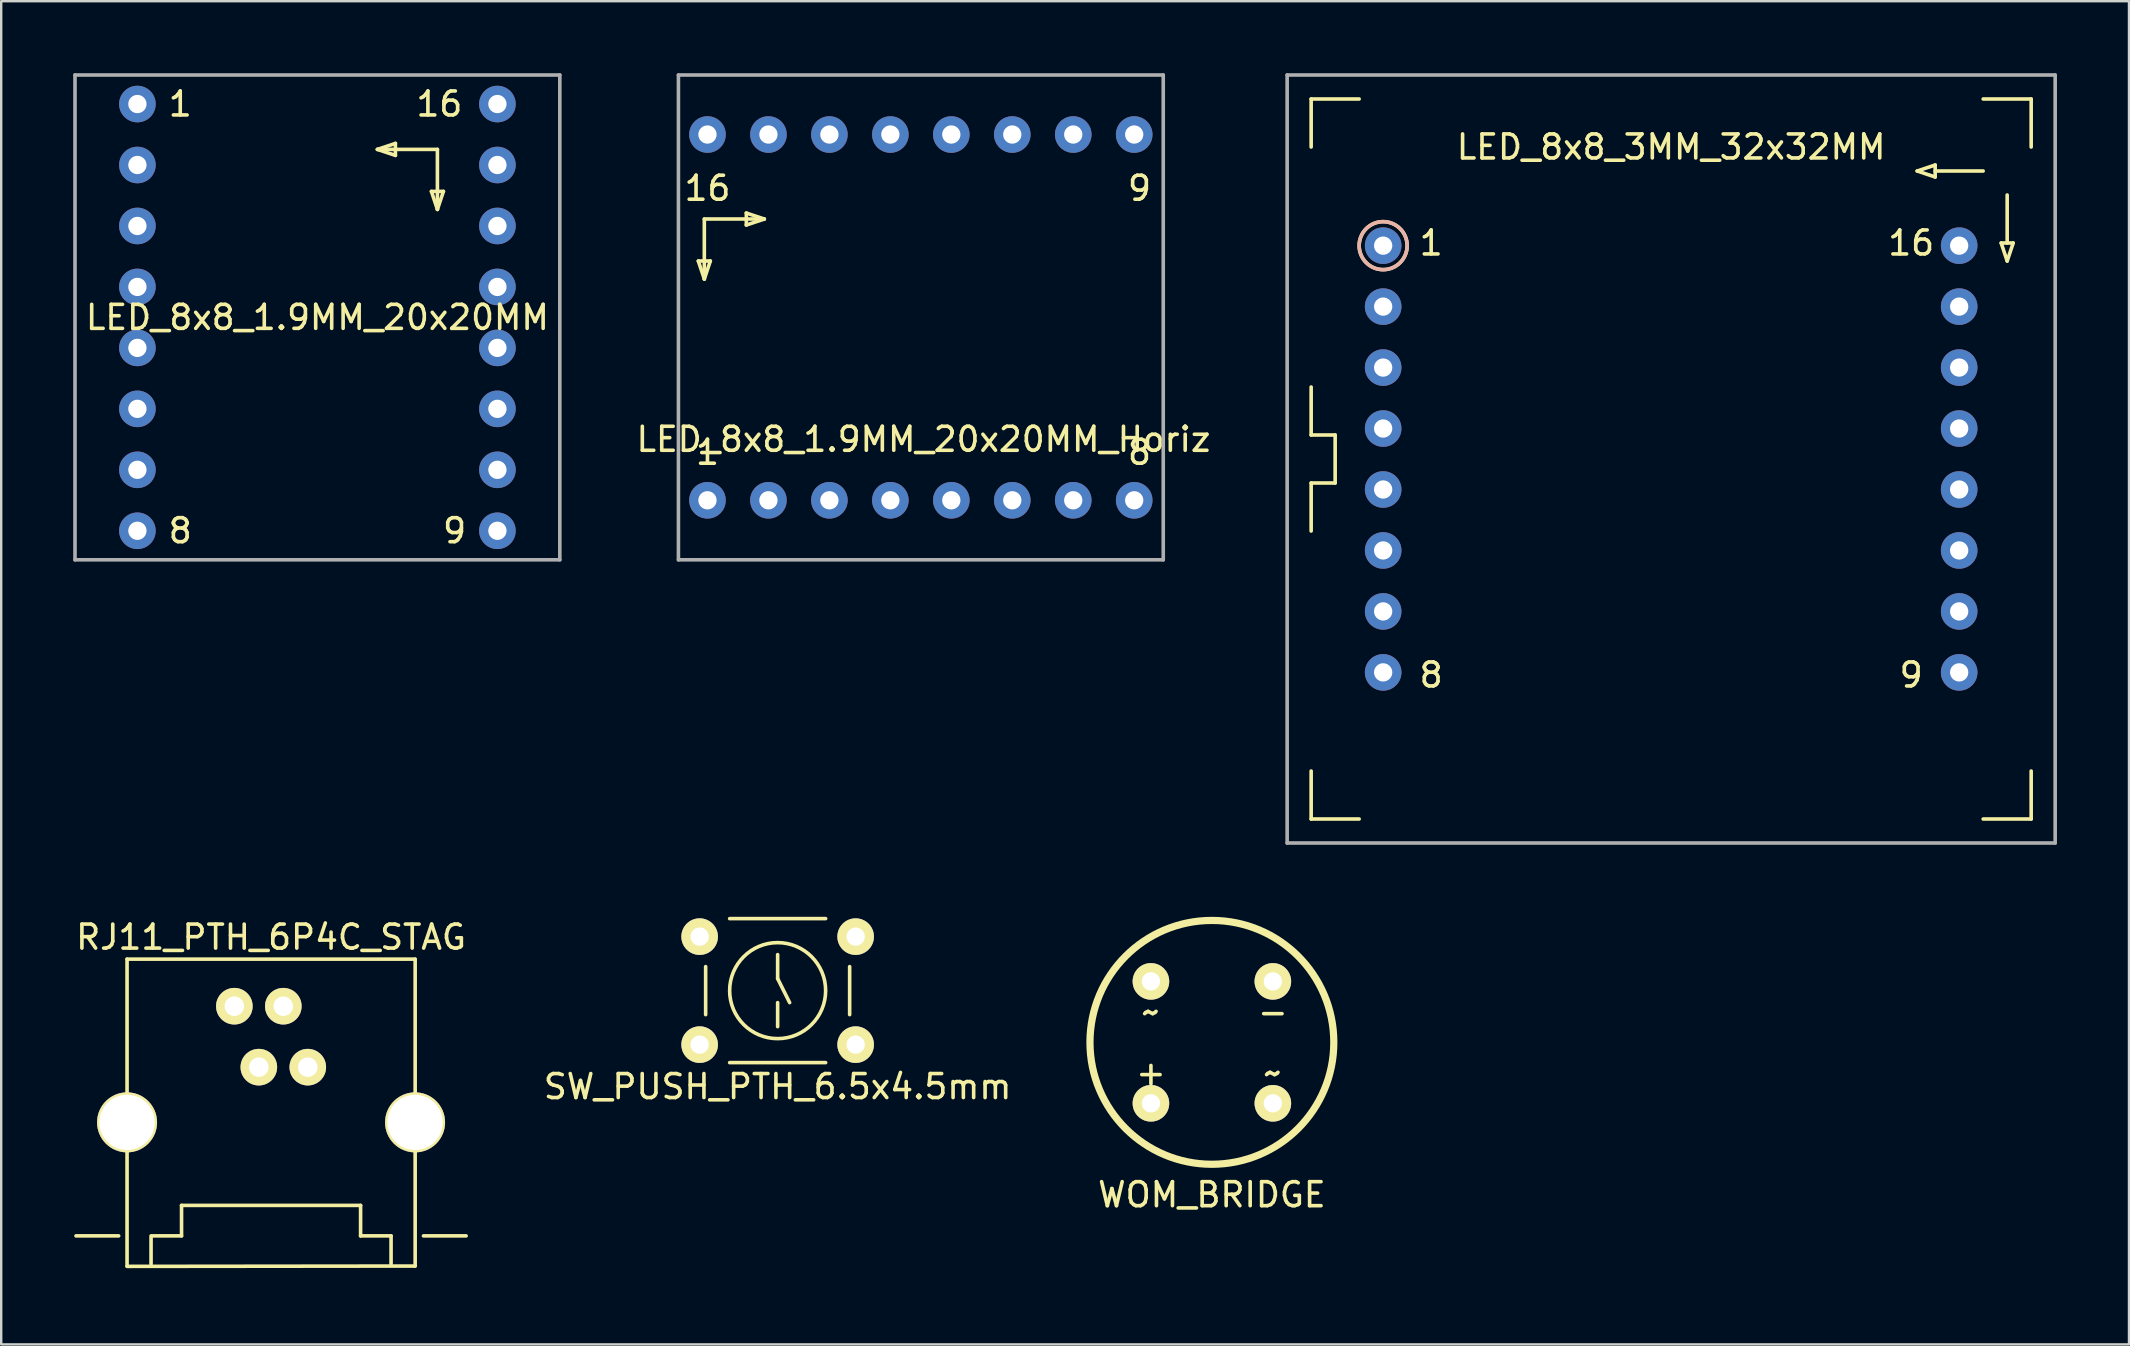
<source format=kicad_pcb>
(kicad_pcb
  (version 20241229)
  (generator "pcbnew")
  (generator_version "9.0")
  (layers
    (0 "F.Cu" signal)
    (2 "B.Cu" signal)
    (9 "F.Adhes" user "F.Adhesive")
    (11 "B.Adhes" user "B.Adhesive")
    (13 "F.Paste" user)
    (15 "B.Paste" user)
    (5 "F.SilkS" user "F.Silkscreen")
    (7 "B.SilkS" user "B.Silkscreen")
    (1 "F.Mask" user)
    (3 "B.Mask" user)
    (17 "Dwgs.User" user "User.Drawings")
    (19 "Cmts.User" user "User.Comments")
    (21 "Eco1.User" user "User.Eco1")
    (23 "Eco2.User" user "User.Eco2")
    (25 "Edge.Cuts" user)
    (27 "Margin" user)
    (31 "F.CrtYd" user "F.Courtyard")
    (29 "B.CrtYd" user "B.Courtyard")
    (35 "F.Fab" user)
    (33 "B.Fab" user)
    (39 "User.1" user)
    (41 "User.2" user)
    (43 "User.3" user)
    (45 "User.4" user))
  (footprint "LED_8x8_1.9MM_20x20MM_Horiz"
    (layer "F.Cu")
    (at 26.427 17.795)
    (property "Reference" "LED_8x8_1.9MM_20x20MM_Horiz" (at 9 -2.54 0) (layer "F.SilkS") (effects (font (size 1 1) (thickness 0.15))))
    (attr through_hole)
    (fp_line (start -0.381 -9.969) (end 0.119 -9.969) (stroke (width 0.15) (type solid)) (layer "F.SilkS"))
    (fp_line (start -0.131 -11.719) (end -0.131 -9.219) (stroke (width 0.15) (type solid)) (layer "F.SilkS"))
    (fp_line (start -0.131 -11.719) (end 2.369 -11.719) (stroke (width 0.15) (type solid)) (layer "F.SilkS"))
    (fp_line (start -0.131 -9.219) (end -0.381 -9.969) (stroke (width 0.15) (type solid)) (layer "F.SilkS"))
    (fp_line (start 0.119 -9.969) (end -0.131 -9.219) (stroke (width 0.15) (type solid)) (layer "F.SilkS"))
    (fp_line (start 1.619 -11.969) (end 1.619 -11.469) (stroke (width 0.15) (type solid)) (layer "F.SilkS"))
    (fp_line (start 1.619 -11.469) (end 2.369 -11.719) (stroke (width 0.15) (type solid)) (layer "F.SilkS"))
    (fp_line (start 2.369 -11.719) (end 1.619 -11.969) (stroke (width 0.15) (type solid)) (layer "F.SilkS"))
    (fp_line (start -1.21 -17.72) (end 18.99 -17.72) (stroke (width 0.15) (type solid)) (layer "F.Fab"))
    (fp_line (start -1.21 2.48) (end -1.21 -17.72) (stroke (width 0.15) (type solid)) (layer "F.Fab"))
    (fp_line (start 18.99 -17.72) (end 18.99 2.48) (stroke (width 0.15) (type solid)) (layer "F.Fab"))
    (fp_line (start 18.99 2.48) (end -1.21 2.48) (stroke (width 0.15) (type solid)) (layer "F.Fab"))
    (fp_text user "8" (at 18 -2 0) (layer "F.SilkS") (effects (font (size 1 1) (thickness 0.15))))
    (fp_text user "1" (at 0 -2 0) (layer "F.SilkS") (effects (font (size 1 1) (thickness 0.15))))
    (fp_text user "9" (at 18 -13 0) (layer "F.SilkS") (effects (font (size 1 1) (thickness 0.15))))
    (fp_text user "16" (at 0 -13 0) (layer "F.SilkS") (effects (font (size 1 1) (thickness 0.15))))
    (pad "1" thru_hole circle (at 0 0) (size 1.524 1.524) (drill 0.762) (layers "*.Cu" "*.Mask"))
    (pad "2" thru_hole circle (at 2.54 0) (size 1.524 1.524) (drill 0.762) (layers "*.Cu" "*.Mask"))
    (pad "3" thru_hole circle (at 5.08 0) (size 1.524 1.524) (drill 0.762) (layers "*.Cu" "*.Mask"))
    (pad "4" thru_hole circle (at 7.62 0) (size 1.524 1.524) (drill 0.762) (layers "*.Cu" "*.Mask"))
    (pad "5" thru_hole circle (at 10.16 0) (size 1.524 1.524) (drill 0.762) (layers "*.Cu" "*.Mask"))
    (pad "6" thru_hole circle (at 12.7 0) (size 1.524 1.524) (drill 0.762) (layers "*.Cu" "*.Mask"))
    (pad "7" thru_hole circle (at 15.24 0) (size 1.524 1.524) (drill 0.762) (layers "*.Cu" "*.Mask"))
    (pad "8" thru_hole circle (at 17.78 0) (size 1.524 1.524) (drill 0.762) (layers "*.Cu" "*.Mask"))
    (pad "9" thru_hole circle (at 17.78 -15.24) (size 1.524 1.524) (drill 0.762) (layers "*.Cu" "*.Mask"))
    (pad "10" thru_hole circle (at 15.24 -15.24) (size 1.524 1.524) (drill 0.762) (layers "*.Cu" "*.Mask"))
    (pad "11" thru_hole circle (at 12.7 -15.24) (size 1.524 1.524) (drill 0.762) (layers "*.Cu" "*.Mask"))
    (pad "12" thru_hole circle (at 10.16 -15.24) (size 1.524 1.524) (drill 0.762) (layers "*.Cu" "*.Mask"))
    (pad "13" thru_hole circle (at 7.62 -15.24) (size 1.524 1.524) (drill 0.762) (layers "*.Cu" "*.Mask"))
    (pad "14" thru_hole circle (at 5.08 -15.24) (size 1.524 1.524) (drill 0.762) (layers "*.Cu" "*.Mask"))
    (pad "15" thru_hole circle (at 2.54 -15.24) (size 1.524 1.524) (drill 0.762) (layers "*.Cu" "*.Mask"))
    (pad "16" thru_hole circle (at 0 -15.24) (size 1.524 1.524) (drill 0.762) (layers "*.Cu" "*.Mask")))
  (footprint "LED_8x8_1.9MM_20x20MM"
    (layer "F.Cu")
    (at 10.175 10.175)
    (property "Reference" "LED_8x8_1.9MM_20x20MM" (at 0 0 0) (layer "F.SilkS") (effects (font (size 1 1) (thickness 0.15))))
    (attr through_hole)
    (fp_line (start 2.5 -7) (end 3.25 -7.25) (stroke (width 0.15) (type solid)) (layer "F.SilkS"))
    (fp_line (start 3.25 -7.25) (end 3.25 -6.75) (stroke (width 0.15) (type solid)) (layer "F.SilkS"))
    (fp_line (start 3.25 -6.75) (end 2.5 -7) (stroke (width 0.15) (type solid)) (layer "F.SilkS"))
    (fp_line (start 4.75 -5.25) (end 5 -4.5) (stroke (width 0.15) (type solid)) (layer "F.SilkS"))
    (fp_line (start 5 -7) (end 2.5 -7) (stroke (width 0.15) (type solid)) (layer "F.SilkS"))
    (fp_line (start 5 -7) (end 5 -4.5) (stroke (width 0.15) (type solid)) (layer "F.SilkS"))
    (fp_line (start 5 -4.5) (end 5.25 -5.25) (stroke (width 0.15) (type solid)) (layer "F.SilkS"))
    (fp_line (start 5.25 -5.25) (end 4.75 -5.25) (stroke (width 0.15) (type solid)) (layer "F.SilkS"))
    (fp_line (start -10.1 -10.1) (end 10.1 -10.1) (stroke (width 0.15) (type solid)) (layer "F.Fab"))
    (fp_line (start -10.1 10.1) (end -10.1 -10.1) (stroke (width 0.15) (type solid)) (layer "F.Fab"))
    (fp_line (start 10.1 -10.1) (end 10.1 10.1) (stroke (width 0.15) (type solid)) (layer "F.Fab"))
    (fp_line (start 10.1 10.1) (end -10.1 10.1) (stroke (width 0.15) (type solid)) (layer "F.Fab"))
    (fp_text user "16" (at 5.08 -8.89 0) (layer "F.SilkS") (effects (font (size 1 1) (thickness 0.15))))
    (fp_text user "1" (at -5.715 -8.89 0) (layer "F.SilkS") (effects (font (size 1 1) (thickness 0.15))))
    (fp_text user "8" (at -5.715 8.89 0) (layer "F.SilkS") (effects (font (size 1 1) (thickness 0.15))))
    (fp_text user "9" (at 5.715 8.89 0) (layer "F.SilkS") (effects (font (size 1 1) (thickness 0.15))))
    (pad "1" thru_hole circle (at -7.5 -8.89) (size 1.524 1.524) (drill 0.762) (layers "*.Cu" "*.Mask"))
    (pad "2" thru_hole circle (at -7.5 -6.35) (size 1.524 1.524) (drill 0.762) (layers "*.Cu" "*.Mask"))
    (pad "3" thru_hole circle (at -7.5 -3.81) (size 1.524 1.524) (drill 0.762) (layers "*.Cu" "*.Mask"))
    (pad "4" thru_hole circle (at -7.5 -1.27) (size 1.524 1.524) (drill 0.762) (layers "*.Cu" "*.Mask"))
    (pad "5" thru_hole circle (at -7.5 1.27) (size 1.524 1.524) (drill 0.762) (layers "*.Cu" "*.Mask"))
    (pad "6" thru_hole circle (at -7.5 3.81) (size 1.524 1.524) (drill 0.762) (layers "*.Cu" "*.Mask"))
    (pad "7" thru_hole circle (at -7.5 6.35) (size 1.524 1.524) (drill 0.762) (layers "*.Cu" "*.Mask"))
    (pad "8" thru_hole circle (at -7.5 8.89) (size 1.524 1.524) (drill 0.762) (layers "*.Cu" "*.Mask"))
    (pad "9" thru_hole circle (at 7.5 8.89) (size 1.524 1.524) (drill 0.762) (layers "*.Cu" "*.Mask"))
    (pad "10" thru_hole circle (at 7.5 6.35) (size 1.524 1.524) (drill 0.762) (layers "*.Cu" "*.Mask"))
    (pad "11" thru_hole circle (at 7.5 3.81) (size 1.524 1.524) (drill 0.762) (layers "*.Cu" "*.Mask"))
    (pad "12" thru_hole circle (at 7.5 1.27) (size 1.524 1.524) (drill 0.762) (layers "*.Cu" "*.Mask"))
    (pad "13" thru_hole circle (at 7.5 -1.27) (size 1.524 1.524) (drill 0.762) (layers "*.Cu" "*.Mask"))
    (pad "14" thru_hole circle (at 7.5 -3.81) (size 1.524 1.524) (drill 0.762) (layers "*.Cu" "*.Mask"))
    (pad "15" thru_hole circle (at 7.5 -6.35) (size 1.524 1.524) (drill 0.762) (layers "*.Cu" "*.Mask"))
    (pad "16" thru_hole circle (at 7.5 -8.89) (size 1.524 1.524) (drill 0.762) (layers "*.Cu" "*.Mask")))
  (footprint "WOM_BRIDGE"
    (layer "F.Cu")
    (at 47.444 40.38)
    (property "Reference" "WOM_BRIDGE" (at 0 6.35 0) (layer "F.SilkS") (effects (font (size 1 1) (thickness 0.15))))
    (attr through_hole)
    (fp_circle (center 0 0) (end 5.08 0) (stroke (width 0.3) (type solid)) (fill no) (layer "F.SilkS"))
    (fp_text user "+" (at -2.54 1.27 0) (layer "F.SilkS") (effects (font (size 1 1) (thickness 0.15))))
    (fp_text user "~" (at 2.54 1.27 0) (layer "F.SilkS") (effects (font (size 1 1) (thickness 0.15))))
    (fp_text user "~" (at -2.54 -1.27 0) (layer "F.SilkS") (effects (font (size 1 1) (thickness 0.15))))
    (fp_text user "-" (at 2.54 -1.27 0) (layer "F.SilkS") (effects (font (size 1 1) (thickness 0.15))))
    (pad "1" thru_hole circle (at -2.54 2.54) (size 1.524 1.524) (drill 0.762) (layers "*.Cu" "*.Mask" "F.SilkS"))
    (pad "2" thru_hole circle (at -2.54 -2.54) (size 1.524 1.524) (drill 0.762) (layers "*.Cu" "*.Mask" "F.SilkS"))
    (pad "3" thru_hole circle (at 2.54 -2.54) (size 1.524 1.524) (drill 0.762) (layers "*.Cu" "*.Mask" "F.SilkS"))
    (pad "4" thru_hole circle (at 2.54 2.54) (size 1.524 1.524) (drill 0.762) (layers "*.Cu" "*.Mask" "F.SilkS")))
  (footprint "RJ11_PTH_6P4C_STAG"
    (layer "F.Cu")
    (at 8.244 49.714)
    (property "Reference" "RJ11_PTH_6P4C_STAG" (at 0 -13.716 0) (layer "F.SilkS") (effects (font (size 1 1) (thickness 0.15))))
    (attr through_hole)
    (fp_line (start -6.35 -1.27) (end -8.128 -1.27) (stroke (width 0.15) (type solid)) (layer "F.SilkS"))
    (fp_line (start -6 -12.8) (end -6 -0.014) (stroke (width 0.15) (type solid)) (layer "F.SilkS"))
    (fp_line (start -6 -12.8) (end 6 -12.8) (stroke (width 0.15) (type solid)) (layer "F.SilkS"))
    (fp_line (start -6 0) (end 6 -0.014) (stroke (width 0.15) (type solid)) (layer "F.SilkS"))
    (fp_line (start -5 -1.27) (end -3.73 -1.27) (stroke (width 0.15) (type solid)) (layer "F.SilkS"))
    (fp_line (start -5 -1.2) (end -5 -0.1) (stroke (width 0.15) (type solid)) (layer "F.SilkS"))
    (fp_line (start -3.73 -2.54) (end 3.73 -2.54) (stroke (width 0.15) (type solid)) (layer "F.SilkS"))
    (fp_line (start -3.73 -1.27) (end -3.73 -2.54) (stroke (width 0.15) (type solid)) (layer "F.SilkS"))
    (fp_line (start 3.73 -2.54) (end 3.73 -1.27) (stroke (width 0.15) (type solid)) (layer "F.SilkS"))
    (fp_line (start 3.73 -1.27) (end 5 -1.27) (stroke (width 0.15) (type solid)) (layer "F.SilkS"))
    (fp_line (start 5 -1.27) (end 5 -0.1) (stroke (width 0.15) (type solid)) (layer "F.SilkS"))
    (fp_line (start 6.004 -12.8) (end 6.004 -0.014) (stroke (width 0.15) (type solid)) (layer "F.SilkS"))
    (fp_line (start 6.35 -1.27) (end 8.128 -1.27) (stroke (width 0.15) (type solid)) (layer "F.SilkS"))
    (pad "" np_thru_hole circle (at -6 -6) (size 2.5 2.5) (drill 2.3) (layers "*.Cu" "*.Mask" "F.SilkS"))
    (pad "" np_thru_hole circle (at 6 -6) (size 2.5 2.5) (drill 2.3) (layers "*.Cu" "*.Mask" "F.SilkS"))
    (pad "1" thru_hole circle (at -1.53 -10.84) (size 1.524 1.524) (drill 0.813) (layers "*.Cu" "*.Mask" "F.SilkS"))
    (pad "2" thru_hole circle (at -0.51 -8.3) (size 1.524 1.524) (drill 0.813) (layers "*.Cu" "*.Mask" "F.SilkS"))
    (pad "3" thru_hole circle (at 0.51 -10.84) (size 1.524 1.524) (drill 0.813) (layers "*.Cu" "*.Mask" "F.SilkS"))
    (pad "4" thru_hole circle (at 1.53 -8.3) (size 1.524 1.524) (drill 0.813) (layers "*.Cu" "*.Mask" "F.SilkS")))
  (footprint "SW_PUSH_PTH_6.5x4.5mm"
    (layer "F.Cu")
    (at 29.351 38.225)
    (property "Reference" "SW_PUSH_PTH_6.5x4.5mm" (at 0 4 0) (layer "F.SilkS") (effects (font (size 1 1) (thickness 0.15))))
    (attr through_hole)
    (fp_line (start -3 1) (end -3 -1) (stroke (width 0.15) (type solid)) (layer "F.SilkS"))
    (fp_line (start -2 -3) (end 2 -3) (stroke (width 0.15) (type solid)) (layer "F.SilkS"))
    (fp_line (start 0 -1.5) (end 0 -0.5) (stroke (width 0.15) (type solid)) (layer "F.SilkS"))
    (fp_line (start 0 -0.5) (end 0.5 0.5) (stroke (width 0.15) (type solid)) (layer "F.SilkS"))
    (fp_line (start 0 0.5) (end 0 1.5) (stroke (width 0.15) (type solid)) (layer "F.SilkS"))
    (fp_line (start 2 3) (end -2 3) (stroke (width 0.15) (type solid)) (layer "F.SilkS"))
    (fp_line (start 3 -1) (end 3 1) (stroke (width 0.15) (type solid)) (layer "F.SilkS"))
    (fp_circle (center 0 0) (end 0 2) (stroke (width 0.15) (type solid)) (fill no) (layer "F.SilkS"))
    (pad "1" thru_hole circle (at -3.25 -2.25) (size 1.524 1.524) (drill 0.762) (layers "*.Cu" "*.Mask" "F.SilkS"))
    (pad "1" thru_hole circle (at 3.25 -2.25) (size 1.524 1.524) (drill 0.762) (layers "*.Cu" "*.Mask" "F.SilkS"))
    (pad "2" thru_hole circle (at -3.25 2.25) (size 1.524 1.524) (drill 0.762) (layers "*.Cu" "*.Mask" "F.SilkS"))
    (pad "2" thru_hole circle (at 3.25 2.25) (size 1.524 1.524) (drill 0.762) (layers "*.Cu" "*.Mask" "F.SilkS")))
  (footprint "LED_8x8_3MM_32x32MM"
    (layer "F.Cu")
    (at 66.58 16.075)
    (property "Reference" "LED_8x8_3MM_32x32MM" (at 0 -13 0) (layer "F.SilkS") (effects (font (size 1 1) (thickness 0.15))))
    (attr through_hole)
    (fp_line (start -15 -15) (end -13 -15) (stroke (width 0.15) (type solid)) (layer "F.SilkS"))
    (fp_line (start -15 -13) (end -15 -15) (stroke (width 0.15) (type solid)) (layer "F.SilkS"))
    (fp_line (start -15 -1) (end -15 -3) (stroke (width 0.15) (type solid)) (layer "F.SilkS"))
    (fp_line (start -15 -1) (end -14 -1) (stroke (width 0.15) (type solid)) (layer "F.SilkS"))
    (fp_line (start -15 1) (end -15 3) (stroke (width 0.15) (type solid)) (layer "F.SilkS"))
    (fp_line (start -15 15) (end -15 13) (stroke (width 0.15) (type solid)) (layer "F.SilkS"))
    (fp_line (start -14 -1) (end -14 1) (stroke (width 0.15) (type solid)) (layer "F.SilkS"))
    (fp_line (start -14 1) (end -15 1) (stroke (width 0.15) (type solid)) (layer "F.SilkS"))
    (fp_line (start -13 15) (end -15 15) (stroke (width 0.15) (type solid)) (layer "F.SilkS"))
    (fp_line (start 10.25 -12) (end 11 -11.75) (stroke (width 0.15) (type solid)) (layer "F.SilkS"))
    (fp_line (start 11 -12.25) (end 10.25 -12) (stroke (width 0.15) (type solid)) (layer "F.SilkS"))
    (fp_line (start 11 -11.75) (end 11 -12.25) (stroke (width 0.15) (type solid)) (layer "F.SilkS"))
    (fp_line (start 13 -15) (end 15 -15) (stroke (width 0.15) (type solid)) (layer "F.SilkS"))
    (fp_line (start 13 -12) (end 11 -12) (stroke (width 0.15) (type solid)) (layer "F.SilkS"))
    (fp_line (start 13.75 -9) (end 14.25 -9) (stroke (width 0.15) (type solid)) (layer "F.SilkS"))
    (fp_line (start 14 -11) (end 14 -9) (stroke (width 0.15) (type solid)) (layer "F.SilkS"))
    (fp_line (start 14 -8.25) (end 13.75 -9) (stroke (width 0.15) (type solid)) (layer "F.SilkS"))
    (fp_line (start 14.25 -9) (end 14 -8.25) (stroke (width 0.15) (type solid)) (layer "F.SilkS"))
    (fp_line (start 15 -15) (end 15 -13) (stroke (width 0.15) (type solid)) (layer "F.SilkS"))
    (fp_line (start 15 13) (end 15 15) (stroke (width 0.15) (type solid)) (layer "F.SilkS"))
    (fp_line (start 15 15) (end 13 15) (stroke (width 0.15) (type solid)) (layer "F.SilkS"))
    (fp_circle (center -12 -8.89) (end -12 -7.89) (stroke (width 0.15) (type solid)) (fill no) (layer "F.SilkS"))
    (fp_circle (center -12 -8.89) (end -11 -8.89) (stroke (width 0.15) (type solid)) (fill no) (layer "B.SilkS"))
    (fp_line (start -16 -16) (end 16 -16) (stroke (width 0.15) (type solid)) (layer "F.Fab"))
    (fp_line (start -16 16) (end -16 -16) (stroke (width 0.15) (type solid)) (layer "F.Fab"))
    (fp_line (start 16 -16) (end 16 16) (stroke (width 0.15) (type solid)) (layer "F.Fab"))
    (fp_line (start 16 16) (end -16 16) (stroke (width 0.15) (type solid)) (layer "F.Fab"))
    (fp_text user "16" (at 10 -9 0) (layer "F.SilkS") (effects (font (size 1 1) (thickness 0.15))))
    (fp_text user "9" (at 10 9 0) (layer "F.SilkS") (effects (font (size 1 1) (thickness 0.15))))
    (fp_text user "1" (at -10 -9 0) (layer "F.SilkS") (effects (font (size 1 1) (thickness 0.15))))
    (fp_text user "8" (at -10 9 0) (layer "F.SilkS") (effects (font (size 1 1) (thickness 0.15))))
    (pad "1" thru_hole circle (at -12 -8.89) (size 1.524 1.524) (drill 0.762) (layers "*.Cu" "*.Mask"))
    (pad "2" thru_hole circle (at -12 -6.35) (size 1.524 1.524) (drill 0.762) (layers "*.Cu" "*.Mask"))
    (pad "3" thru_hole circle (at -12 -3.81) (size 1.524 1.524) (drill 0.762) (layers "*.Cu" "*.Mask"))
    (pad "4" thru_hole circle (at -12 -1.27) (size 1.524 1.524) (drill 0.762) (layers "*.Cu" "*.Mask"))
    (pad "5" thru_hole circle (at -12 1.27) (size 1.524 1.524) (drill 0.762) (layers "*.Cu" "*.Mask"))
    (pad "6" thru_hole circle (at -12 3.81) (size 1.524 1.524) (drill 0.762) (layers "*.Cu" "*.Mask"))
    (pad "7" thru_hole circle (at -12 6.35) (size 1.524 1.524) (drill 0.762) (layers "*.Cu" "*.Mask"))
    (pad "8" thru_hole circle (at -12 8.89) (size 1.524 1.524) (drill 0.762) (layers "*.Cu" "*.Mask"))
    (pad "9" thru_hole circle (at 12 8.89) (size 1.524 1.524) (drill 0.762) (layers "*.Cu" "*.Mask"))
    (pad "10" thru_hole circle (at 12 6.35) (size 1.524 1.524) (drill 0.762) (layers "*.Cu" "*.Mask"))
    (pad "11" thru_hole circle (at 12 3.81) (size 1.524 1.524) (drill 0.762) (layers "*.Cu" "*.Mask"))
    (pad "12" thru_hole circle (at 12 1.27) (size 1.524 1.524) (drill 0.762) (layers "*.Cu" "*.Mask"))
    (pad "13" thru_hole circle (at 12 -1.27) (size 1.524 1.524) (drill 0.762) (layers "*.Cu" "*.Mask"))
    (pad "14" thru_hole circle (at 12 -3.81) (size 1.524 1.524) (drill 0.762) (layers "*.Cu" "*.Mask"))
    (pad "15" thru_hole circle (at 12 -6.35) (size 1.524 1.524) (drill 0.762) (layers "*.Cu" "*.Mask"))
    (pad "16" thru_hole circle (at 12 -8.89) (size 1.524 1.524) (drill 0.762) (layers "*.Cu" "*.Mask")))
  (gr_rect
    (start -3 -3)
    (end 85.655 52.964)
    (stroke (width 0.1) (type default))
    (fill no)
    (layer "Edge.Cuts")))
</source>
